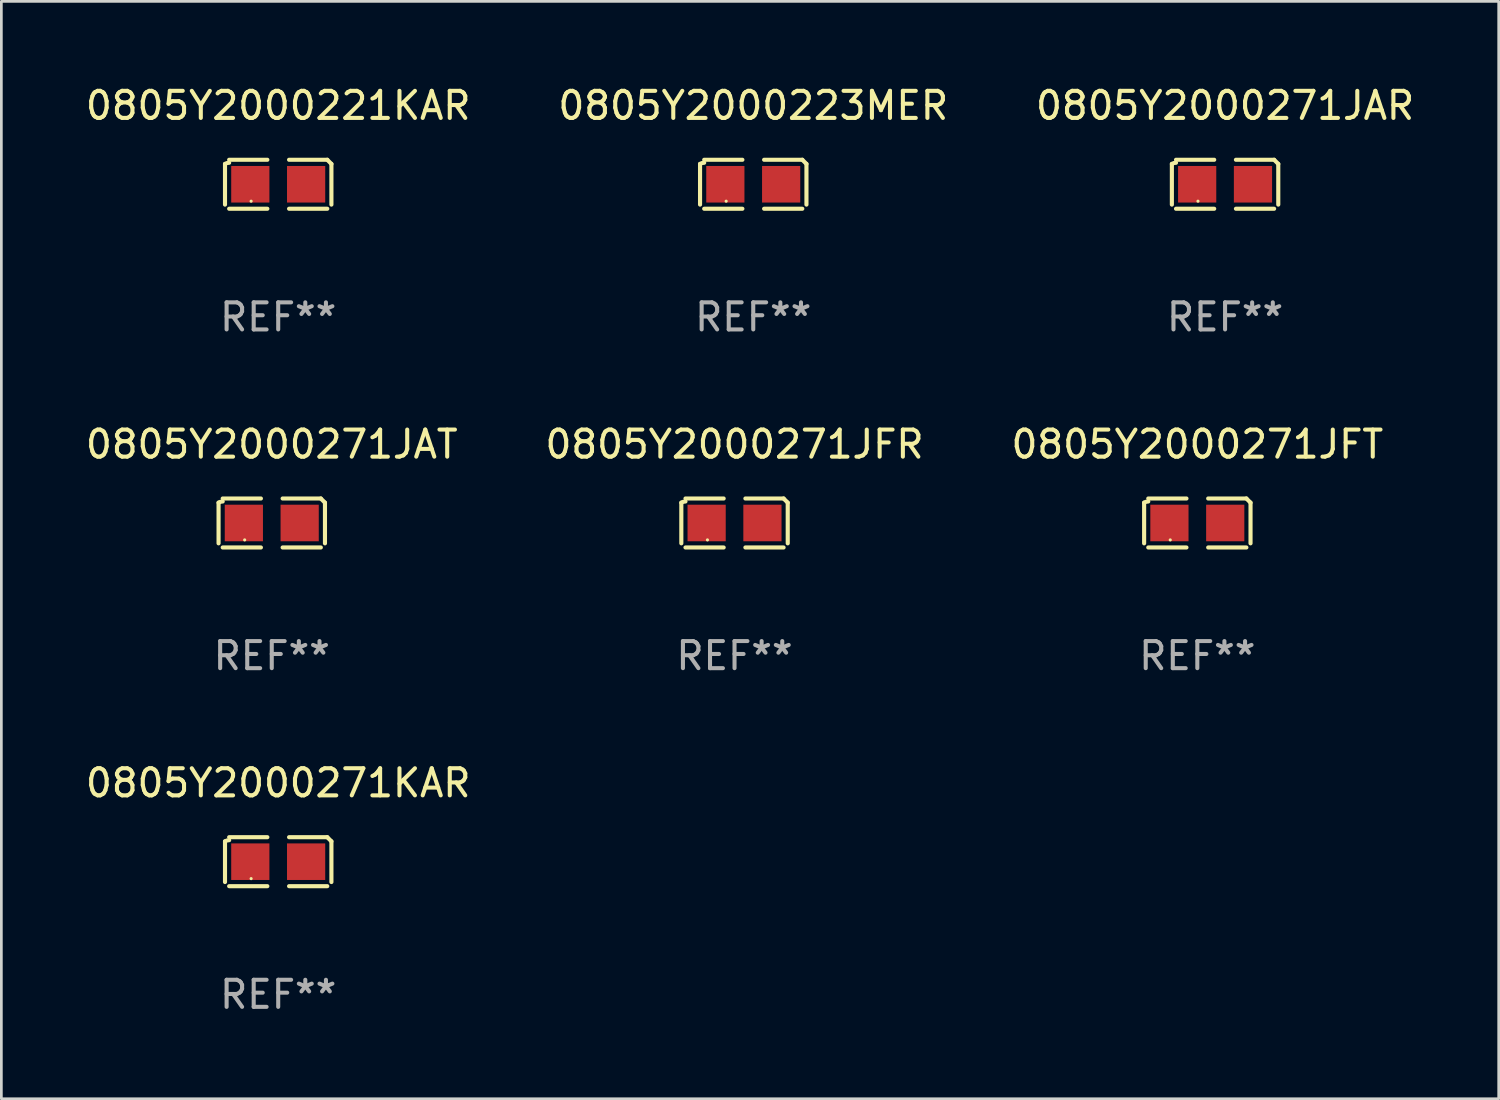
<source format=kicad_pcb>
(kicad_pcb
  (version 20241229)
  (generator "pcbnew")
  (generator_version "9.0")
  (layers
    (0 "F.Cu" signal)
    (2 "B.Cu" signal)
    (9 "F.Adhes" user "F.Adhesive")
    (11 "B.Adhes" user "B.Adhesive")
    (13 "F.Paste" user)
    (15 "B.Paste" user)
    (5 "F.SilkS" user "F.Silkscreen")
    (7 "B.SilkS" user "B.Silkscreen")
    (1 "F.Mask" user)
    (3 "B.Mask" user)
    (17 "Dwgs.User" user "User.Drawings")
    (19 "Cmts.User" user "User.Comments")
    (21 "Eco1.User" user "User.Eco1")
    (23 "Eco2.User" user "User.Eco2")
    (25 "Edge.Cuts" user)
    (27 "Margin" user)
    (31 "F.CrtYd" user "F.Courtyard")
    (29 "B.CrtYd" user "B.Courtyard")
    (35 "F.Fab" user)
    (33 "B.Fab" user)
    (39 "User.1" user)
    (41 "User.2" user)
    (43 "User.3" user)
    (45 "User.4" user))
  (footprint "0805Y2000271JAR"
    (layer "F.Cu")
    (at 42.173 3.752)
    (property "Reference" "0805Y2000271JAR" (at 0 -2.904 0) (layer "F.SilkS") (effects (font (size 1 1) (thickness 0.15))))
    (attr through_hole)
    (fp_line (start -1.964 0.751) (end -1.964 -0.751) (stroke (width 0.152) (type solid)) (layer "F.SilkS"))
    (fp_line (start -1.811 -0.904) (end -0.401 -0.904) (stroke (width 0.152) (type solid)) (layer "F.SilkS"))
    (fp_line (start -0.401 0.904) (end -1.811 0.904) (stroke (width 0.152) (type solid)) (layer "F.SilkS"))
    (fp_line (start 0.401 0.904) (end 1.811 0.904) (stroke (width 0.152) (type solid)) (layer "F.SilkS"))
    (fp_line (start 1.811 -0.904) (end 0.401 -0.904) (stroke (width 0.152) (type solid)) (layer "F.SilkS"))
    (fp_line (start 1.964 0.751) (end 1.964 -0.751) (stroke (width 0.152) (type solid)) (layer "F.SilkS"))
    (fp_arc (start -1.963602 -0.751207) (mid -1.890354 -0.783131) (end -1.811201 -0.794044) (stroke (width 0.1524) (type solid)) (layer "F.SilkS"))
    (fp_arc (start 1.811202 -0.903607) (mid 1.887413 -0.827418) (end 1.963602 -0.751207) (stroke (width 0.1524) (type solid)) (layer "F.SilkS"))
    (fp_circle (center -1 0.625) (end -0.97 0.625) (stroke (width 0.06) (type solid)) (fill no) (layer "F.SilkS"))
    (fp_text user "REF**" (at 0 4.904 0) (layer "F.Fab") (effects (font (size 1 1) (thickness 0.15))))
    (pad "1" smd rect (at -1.03 0) (size 1.41 1.35) (layers "F.Cu" "F.Mask" "F.Paste"))
    (pad "2" smd rect (at 1.03 0) (size 1.41 1.35) (layers "F.Cu" "F.Mask" "F.Paste")))
  (footprint "0805Y2000221KAR"
    (layer "F.Cu")
    (at 7.22 3.752)
    (property "Reference" "0805Y2000221KAR" (at 0 -2.904 0) (layer "F.SilkS") (effects (font (size 1 1) (thickness 0.15))))
    (attr through_hole)
    (fp_line (start -1.964 0.751) (end -1.964 -0.751) (stroke (width 0.152) (type solid)) (layer "F.SilkS"))
    (fp_line (start -1.811 -0.904) (end -0.401 -0.904) (stroke (width 0.152) (type solid)) (layer "F.SilkS"))
    (fp_line (start -0.401 0.904) (end -1.811 0.904) (stroke (width 0.152) (type solid)) (layer "F.SilkS"))
    (fp_line (start 0.401 0.904) (end 1.811 0.904) (stroke (width 0.152) (type solid)) (layer "F.SilkS"))
    (fp_line (start 1.811 -0.904) (end 0.401 -0.904) (stroke (width 0.152) (type solid)) (layer "F.SilkS"))
    (fp_line (start 1.964 0.751) (end 1.964 -0.751) (stroke (width 0.152) (type solid)) (layer "F.SilkS"))
    (fp_arc (start -1.963602 -0.751207) (mid -1.890354 -0.783131) (end -1.811201 -0.794044) (stroke (width 0.1524) (type solid)) (layer "F.SilkS"))
    (fp_arc (start 1.811202 -0.903607) (mid 1.887413 -0.827418) (end 1.963602 -0.751207) (stroke (width 0.1524) (type solid)) (layer "F.SilkS"))
    (fp_circle (center -1 0.625) (end -0.97 0.625) (stroke (width 0.06) (type solid)) (fill no) (layer "F.SilkS"))
    (fp_text user "REF**" (at 0 4.904 0) (layer "F.Fab") (effects (font (size 1 1) (thickness 0.15))))
    (pad "1" smd rect (at -1.03 0) (size 1.41 1.35) (layers "F.Cu" "F.Mask" "F.Paste"))
    (pad "2" smd rect (at 1.03 0) (size 1.41 1.35) (layers "F.Cu" "F.Mask" "F.Paste")))
  (footprint "0805Y2000271JFT"
    (layer "F.Cu")
    (at 41.149 16.256)
    (property "Reference" "0805Y2000271JFT" (at 0 -2.904 0) (layer "F.SilkS") (effects (font (size 1 1) (thickness 0.15))))
    (attr through_hole)
    (fp_line (start -1.964 0.751) (end -1.964 -0.751) (stroke (width 0.152) (type solid)) (layer "F.SilkS"))
    (fp_line (start -1.811 -0.904) (end -0.401 -0.904) (stroke (width 0.152) (type solid)) (layer "F.SilkS"))
    (fp_line (start -0.401 0.904) (end -1.811 0.904) (stroke (width 0.152) (type solid)) (layer "F.SilkS"))
    (fp_line (start 0.401 0.904) (end 1.811 0.904) (stroke (width 0.152) (type solid)) (layer "F.SilkS"))
    (fp_line (start 1.811 -0.904) (end 0.401 -0.904) (stroke (width 0.152) (type solid)) (layer "F.SilkS"))
    (fp_line (start 1.964 0.751) (end 1.964 -0.751) (stroke (width 0.152) (type solid)) (layer "F.SilkS"))
    (fp_arc (start -1.963602 -0.751207) (mid -1.890354 -0.783131) (end -1.811201 -0.794044) (stroke (width 0.1524) (type solid)) (layer "F.SilkS"))
    (fp_arc (start 1.811202 -0.903607) (mid 1.887413 -0.827418) (end 1.963602 -0.751207) (stroke (width 0.1524) (type solid)) (layer "F.SilkS"))
    (fp_circle (center -1 0.625) (end -0.97 0.625) (stroke (width 0.06) (type solid)) (fill no) (layer "F.SilkS"))
    (fp_text user "REF**" (at 0 4.904 0) (layer "F.Fab") (effects (font (size 1 1) (thickness 0.15))))
    (pad "1" smd rect (at -1.03 0) (size 1.41 1.35) (layers "F.Cu" "F.Mask" "F.Paste"))
    (pad "2" smd rect (at 1.03 0) (size 1.41 1.35) (layers "F.Cu" "F.Mask" "F.Paste")))
  (footprint "0805Y2000223MER"
    (layer "F.Cu")
    (at 24.756 3.752)
    (property "Reference" "0805Y2000223MER" (at 0 -2.904 0) (layer "F.SilkS") (effects (font (size 1 1) (thickness 0.15))))
    (attr through_hole)
    (fp_line (start -1.964 0.751) (end -1.964 -0.751) (stroke (width 0.152) (type solid)) (layer "F.SilkS"))
    (fp_line (start -1.811 -0.904) (end -0.401 -0.904) (stroke (width 0.152) (type solid)) (layer "F.SilkS"))
    (fp_line (start -0.401 0.904) (end -1.811 0.904) (stroke (width 0.152) (type solid)) (layer "F.SilkS"))
    (fp_line (start 0.401 0.904) (end 1.811 0.904) (stroke (width 0.152) (type solid)) (layer "F.SilkS"))
    (fp_line (start 1.811 -0.904) (end 0.401 -0.904) (stroke (width 0.152) (type solid)) (layer "F.SilkS"))
    (fp_line (start 1.964 0.751) (end 1.964 -0.751) (stroke (width 0.152) (type solid)) (layer "F.SilkS"))
    (fp_arc (start -1.963602 -0.751207) (mid -1.890354 -0.783131) (end -1.811201 -0.794044) (stroke (width 0.1524) (type solid)) (layer "F.SilkS"))
    (fp_arc (start 1.811202 -0.903607) (mid 1.887413 -0.827418) (end 1.963602 -0.751207) (stroke (width 0.1524) (type solid)) (layer "F.SilkS"))
    (fp_circle (center -1 0.625) (end -0.97 0.625) (stroke (width 0.06) (type solid)) (fill no) (layer "F.SilkS"))
    (fp_text user "REF**" (at 0 4.904 0) (layer "F.Fab") (effects (font (size 1 1) (thickness 0.15))))
    (pad "1" smd rect (at -1.03 0) (size 1.41 1.35) (layers "F.Cu" "F.Mask" "F.Paste"))
    (pad "2" smd rect (at 1.03 0) (size 1.41 1.35) (layers "F.Cu" "F.Mask" "F.Paste")))
  (footprint "0805Y2000271JAT"
    (layer "F.Cu")
    (at 6.982 16.256)
    (property "Reference" "0805Y2000271JAT" (at 0 -2.904 0) (layer "F.SilkS") (effects (font (size 1 1) (thickness 0.15))))
    (attr through_hole)
    (fp_line (start -1.964 0.751) (end -1.964 -0.751) (stroke (width 0.152) (type solid)) (layer "F.SilkS"))
    (fp_line (start -1.811 -0.904) (end -0.401 -0.904) (stroke (width 0.152) (type solid)) (layer "F.SilkS"))
    (fp_line (start -0.401 0.904) (end -1.811 0.904) (stroke (width 0.152) (type solid)) (layer "F.SilkS"))
    (fp_line (start 0.401 0.904) (end 1.811 0.904) (stroke (width 0.152) (type solid)) (layer "F.SilkS"))
    (fp_line (start 1.811 -0.904) (end 0.401 -0.904) (stroke (width 0.152) (type solid)) (layer "F.SilkS"))
    (fp_line (start 1.964 0.751) (end 1.964 -0.751) (stroke (width 0.152) (type solid)) (layer "F.SilkS"))
    (fp_arc (start -1.963602 -0.751207) (mid -1.890354 -0.783131) (end -1.811201 -0.794044) (stroke (width 0.1524) (type solid)) (layer "F.SilkS"))
    (fp_arc (start 1.811202 -0.903607) (mid 1.887413 -0.827418) (end 1.963602 -0.751207) (stroke (width 0.1524) (type solid)) (layer "F.SilkS"))
    (fp_circle (center -1 0.625) (end -0.97 0.625) (stroke (width 0.06) (type solid)) (fill no) (layer "F.SilkS"))
    (fp_text user "REF**" (at 0 4.904 0) (layer "F.Fab") (effects (font (size 1 1) (thickness 0.15))))
    (pad "1" smd rect (at -1.03 0) (size 1.41 1.35) (layers "F.Cu" "F.Mask" "F.Paste"))
    (pad "2" smd rect (at 1.03 0) (size 1.41 1.35) (layers "F.Cu" "F.Mask" "F.Paste")))
  (footprint "0805Y2000271JFR"
    (layer "F.Cu")
    (at 24.065 16.256)
    (property "Reference" "0805Y2000271JFR" (at 0 -2.904 0) (layer "F.SilkS") (effects (font (size 1 1) (thickness 0.15))))
    (attr through_hole)
    (fp_line (start -1.964 0.751) (end -1.964 -0.751) (stroke (width 0.152) (type solid)) (layer "F.SilkS"))
    (fp_line (start -1.811 -0.904) (end -0.401 -0.904) (stroke (width 0.152) (type solid)) (layer "F.SilkS"))
    (fp_line (start -0.401 0.904) (end -1.811 0.904) (stroke (width 0.152) (type solid)) (layer "F.SilkS"))
    (fp_line (start 0.401 0.904) (end 1.811 0.904) (stroke (width 0.152) (type solid)) (layer "F.SilkS"))
    (fp_line (start 1.811 -0.904) (end 0.401 -0.904) (stroke (width 0.152) (type solid)) (layer "F.SilkS"))
    (fp_line (start 1.964 0.751) (end 1.964 -0.751) (stroke (width 0.152) (type solid)) (layer "F.SilkS"))
    (fp_arc (start -1.963602 -0.751207) (mid -1.890354 -0.783131) (end -1.811201 -0.794044) (stroke (width 0.1524) (type solid)) (layer "F.SilkS"))
    (fp_arc (start 1.811202 -0.903607) (mid 1.887413 -0.827418) (end 1.963602 -0.751207) (stroke (width 0.1524) (type solid)) (layer "F.SilkS"))
    (fp_circle (center -1 0.625) (end -0.97 0.625) (stroke (width 0.06) (type solid)) (fill no) (layer "F.SilkS"))
    (fp_text user "REF**" (at 0 4.904 0) (layer "F.Fab") (effects (font (size 1 1) (thickness 0.15))))
    (pad "1" smd rect (at -1.03 0) (size 1.41 1.35) (layers "F.Cu" "F.Mask" "F.Paste"))
    (pad "2" smd rect (at 1.03 0) (size 1.41 1.35) (layers "F.Cu" "F.Mask" "F.Paste")))
  (footprint "0805Y2000271KAR"
    (layer "F.Cu")
    (at 7.22 28.759)
    (property "Reference" "0805Y2000271KAR" (at 0 -2.904 0) (layer "F.SilkS") (effects (font (size 1 1) (thickness 0.15))))
    (attr through_hole)
    (fp_line (start -1.964 0.751) (end -1.964 -0.751) (stroke (width 0.152) (type solid)) (layer "F.SilkS"))
    (fp_line (start -1.811 -0.904) (end -0.401 -0.904) (stroke (width 0.152) (type solid)) (layer "F.SilkS"))
    (fp_line (start -0.401 0.904) (end -1.811 0.904) (stroke (width 0.152) (type solid)) (layer "F.SilkS"))
    (fp_line (start 0.401 0.904) (end 1.811 0.904) (stroke (width 0.152) (type solid)) (layer "F.SilkS"))
    (fp_line (start 1.811 -0.904) (end 0.401 -0.904) (stroke (width 0.152) (type solid)) (layer "F.SilkS"))
    (fp_line (start 1.964 0.751) (end 1.964 -0.751) (stroke (width 0.152) (type solid)) (layer "F.SilkS"))
    (fp_arc (start -1.963602 -0.751207) (mid -1.890354 -0.783131) (end -1.811201 -0.794044) (stroke (width 0.1524) (type solid)) (layer "F.SilkS"))
    (fp_arc (start 1.811202 -0.903607) (mid 1.887413 -0.827418) (end 1.963602 -0.751207) (stroke (width 0.1524) (type solid)) (layer "F.SilkS"))
    (fp_circle (center -1 0.625) (end -0.97 0.625) (stroke (width 0.06) (type solid)) (fill no) (layer "F.SilkS"))
    (fp_text user "REF**" (at 0 4.904 0) (layer "F.Fab") (effects (font (size 1 1) (thickness 0.15))))
    (pad "1" smd rect (at -1.03 0) (size 1.41 1.35) (layers "F.Cu" "F.Mask" "F.Paste"))
    (pad "2" smd rect (at 1.03 0) (size 1.41 1.35) (layers "F.Cu" "F.Mask" "F.Paste")))
  (gr_rect
    (start -3 -3)
    (end 52.274 37.511)
    (stroke (width 0.1) (type default))
    (fill no)
    (layer "Edge.Cuts")))
</source>
